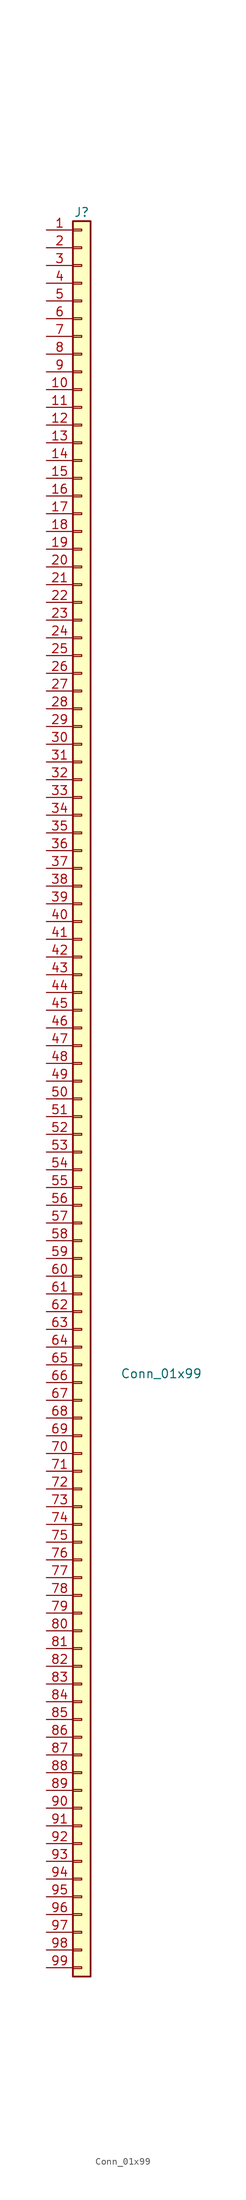
<source format=kicad_sym>
(kicad_symbol_lib
  (version 20211014)
  (generator kicad_symbol_editor)
  (symbol "Conn_01x99"
    (pin_names
      (offset 1.016) hide)
    (property "Reference" "J"
      (at 3.81 80.01 0)
      (effects (font (size 1.27 1.27))))
    (property "Value" "Conn_01x99"
      (at 15.24 -86.36 0)
      (effects (font (size 1.27 1.27))))
    (symbol "Conn_01x99_1_1"
      (rectangle (start 2.54 -171.323) (end 3.81 -171.577) (stroke (width 0.152) (type default) (color 0 0 0 0)) (fill (type none)))
      (rectangle (start 2.54 -168.783) (end 3.81 -169.037) (stroke (width 0.152) (type default) (color 0 0 0 0)) (fill (type none)))
      (rectangle (start 2.54 -166.243) (end 3.81 -166.497) (stroke (width 0.152) (type default) (color 0 0 0 0)) (fill (type none)))
      (rectangle (start 2.54 -163.703) (end 3.81 -163.957) (stroke (width 0.152) (type default) (color 0 0 0 0)) (fill (type none)))
      (rectangle (start 2.54 -161.163) (end 3.81 -161.417) (stroke (width 0.152) (type default) (color 0 0 0 0)) (fill (type none)))
      (rectangle (start 2.54 -158.623) (end 3.81 -158.877) (stroke (width 0.152) (type default) (color 0 0 0 0)) (fill (type none)))
      (rectangle (start 2.54 -156.083) (end 3.81 -156.337) (stroke (width 0.152) (type default) (color 0 0 0 0)) (fill (type none)))
      (rectangle (start 2.54 -153.543) (end 3.81 -153.797) (stroke (width 0.152) (type default) (color 0 0 0 0)) (fill (type none)))
      (rectangle (start 2.54 -151.003) (end 3.81 -151.257) (stroke (width 0.152) (type default) (color 0 0 0 0)) (fill (type none)))
      (rectangle (start 2.54 -148.463) (end 3.81 -148.717) (stroke (width 0.152) (type default) (color 0 0 0 0)) (fill (type none)))
      (rectangle (start 2.54 -145.923) (end 3.81 -146.177) (stroke (width 0.152) (type default) (color 0 0 0 0)) (fill (type none)))
      (rectangle (start 2.54 -143.383) (end 3.81 -143.637) (stroke (width 0.152) (type default) (color 0 0 0 0)) (fill (type none)))
      (rectangle (start 2.54 -140.843) (end 3.81 -141.097) (stroke (width 0.152) (type default) (color 0 0 0 0)) (fill (type none)))
      (rectangle (start 2.54 -138.303) (end 3.81 -138.557) (stroke (width 0.152) (type default) (color 0 0 0 0)) (fill (type none)))
      (rectangle (start 2.54 -135.763) (end 3.81 -136.017) (stroke (width 0.152) (type default) (color 0 0 0 0)) (fill (type none)))
      (rectangle (start 2.54 -133.223) (end 3.81 -133.477) (stroke (width 0.152) (type default) (color 0 0 0 0)) (fill (type none)))
      (rectangle (start 2.54 -130.683) (end 3.81 -130.937) (stroke (width 0.152) (type default) (color 0 0 0 0)) (fill (type none)))
      (rectangle (start 2.54 -128.143) (end 3.81 -128.397) (stroke (width 0.152) (type default) (color 0 0 0 0)) (fill (type none)))
      (rectangle (start 2.54 -125.603) (end 3.81 -125.857) (stroke (width 0.152) (type default) (color 0 0 0 0)) (fill (type none)))
      (rectangle (start 2.54 -123.063) (end 3.81 -123.317) (stroke (width 0.152) (type default) (color 0 0 0 0)) (fill (type none)))
      (rectangle (start 2.54 -120.523) (end 3.81 -120.777) (stroke (width 0.152) (type default) (color 0 0 0 0)) (fill (type none)))
      (rectangle (start 2.54 -117.983) (end 3.81 -118.237) (stroke (width 0.152) (type default) (color 0 0 0 0)) (fill (type none)))
      (rectangle (start 2.54 -115.443) (end 3.81 -115.697) (stroke (width 0.152) (type default) (color 0 0 0 0)) (fill (type none)))
      (rectangle (start 2.54 -112.903) (end 3.81 -113.157) (stroke (width 0.152) (type default) (color 0 0 0 0)) (fill (type none)))
      (rectangle (start 2.54 -110.363) (end 3.81 -110.617) (stroke (width 0.152) (type default) (color 0 0 0 0)) (fill (type none)))
      (rectangle (start 2.54 -107.823) (end 3.81 -108.077) (stroke (width 0.152) (type default) (color 0 0 0 0)) (fill (type none)))
      (rectangle (start 2.54 -105.283) (end 3.81 -105.537) (stroke (width 0.152) (type default) (color 0 0 0 0)) (fill (type none)))
      (rectangle (start 2.54 -102.743) (end 3.81 -102.997) (stroke (width 0.152) (type default) (color 0 0 0 0)) (fill (type none)))
      (rectangle (start 2.54 -100.203) (end 3.81 -100.457) (stroke (width 0.152) (type default) (color 0 0 0 0)) (fill (type none)))
      (rectangle (start 2.54 -97.663) (end 3.81 -97.917) (stroke (width 0.152) (type default) (color 0 0 0 0)) (fill (type none)))
      (rectangle (start 2.54 -95.123) (end 3.81 -95.377) (stroke (width 0.152) (type default) (color 0 0 0 0)) (fill (type none)))
      (rectangle (start 2.54 -92.583) (end 3.81 -92.837) (stroke (width 0.152) (type default) (color 0 0 0 0)) (fill (type none)))
      (rectangle (start 2.54 -90.043) (end 3.81 -90.297) (stroke (width 0.152) (type default) (color 0 0 0 0)) (fill (type none)))
      (rectangle (start 2.54 -87.503) (end 3.81 -87.757) (stroke (width 0.152) (type default) (color 0 0 0 0)) (fill (type none)))
      (rectangle (start 2.54 -84.963) (end 3.81 -85.217) (stroke (width 0.152) (type default) (color 0 0 0 0)) (fill (type none)))
      (rectangle (start 2.54 -82.423) (end 3.81 -82.677) (stroke (width 0.152) (type default) (color 0 0 0 0)) (fill (type none)))
      (rectangle (start 2.54 -79.883) (end 3.81 -80.137) (stroke (width 0.152) (type default) (color 0 0 0 0)) (fill (type none)))
      (rectangle (start 2.54 -77.343) (end 3.81 -77.597) (stroke (width 0.152) (type default) (color 0 0 0 0)) (fill (type none)))
      (rectangle (start 2.54 -74.803) (end 3.81 -75.057) (stroke (width 0.152) (type default) (color 0 0 0 0)) (fill (type none)))
      (rectangle (start 2.54 -72.263) (end 3.81 -72.517) (stroke (width 0.152) (type default) (color 0 0 0 0)) (fill (type none)))
      (rectangle (start 2.54 -69.723) (end 3.81 -69.977) (stroke (width 0.152) (type default) (color 0 0 0 0)) (fill (type none)))
      (rectangle (start 2.54 -67.183) (end 3.81 -67.437) (stroke (width 0.152) (type default) (color 0 0 0 0)) (fill (type none)))
      (rectangle (start 2.54 -64.643) (end 3.81 -64.897) (stroke (width 0.152) (type default) (color 0 0 0 0)) (fill (type none)))
      (rectangle (start 2.54 -62.103) (end 3.81 -62.357) (stroke (width 0.152) (type default) (color 0 0 0 0)) (fill (type none)))
      (rectangle (start 2.54 -59.563) (end 3.81 -59.817) (stroke (width 0.152) (type default) (color 0 0 0 0)) (fill (type none)))
      (rectangle (start 2.54 -57.023) (end 3.81 -57.277) (stroke (width 0.152) (type default) (color 0 0 0 0)) (fill (type none)))
      (rectangle (start 2.54 -54.483) (end 3.81 -54.737) (stroke (width 0.152) (type default) (color 0 0 0 0)) (fill (type none)))
      (rectangle (start 2.54 -51.943) (end 3.81 -52.197) (stroke (width 0.152) (type default) (color 0 0 0 0)) (fill (type none)))
      (rectangle (start 2.54 -49.403) (end 3.81 -49.657) (stroke (width 0.152) (type default) (color 0 0 0 0)) (fill (type none)))
      (rectangle (start 2.54 -46.863) (end 3.81 -47.117) (stroke (width 0.152) (type default) (color 0 0 0 0)) (fill (type none)))
      (rectangle (start 2.54 -44.323) (end 3.81 -44.577) (stroke (width 0.152) (type default) (color 0 0 0 0)) (fill (type none)))
      (rectangle (start 2.54 -41.783) (end 3.81 -42.037) (stroke (width 0.152) (type default) (color 0 0 0 0)) (fill (type none)))
      (rectangle (start 2.54 -39.243) (end 3.81 -39.497) (stroke (width 0.152) (type default) (color 0 0 0 0)) (fill (type none)))
      (rectangle (start 2.54 -36.703) (end 3.81 -36.957) (stroke (width 0.152) (type default) (color 0 0 0 0)) (fill (type none)))
      (rectangle (start 2.54 -34.163) (end 3.81 -34.417) (stroke (width 0.152) (type default) (color 0 0 0 0)) (fill (type none)))
      (rectangle (start 2.54 -31.623) (end 3.81 -31.877) (stroke (width 0.152) (type default) (color 0 0 0 0)) (fill (type none)))
      (rectangle (start 2.54 -29.083) (end 3.81 -29.337) (stroke (width 0.152) (type default) (color 0 0 0 0)) (fill (type none)))
      (rectangle (start 2.54 -26.543) (end 3.81 -26.797) (stroke (width 0.152) (type default) (color 0 0 0 0)) (fill (type none)))
      (rectangle (start 2.54 -24.003) (end 3.81 -24.257) (stroke (width 0.152) (type default) (color 0 0 0 0)) (fill (type none)))
      (rectangle (start 2.54 -21.463) (end 3.81 -21.717) (stroke (width 0.152) (type default) (color 0 0 0 0)) (fill (type none)))
      (rectangle (start 2.54 -18.923) (end 3.81 -19.177) (stroke (width 0.152) (type default) (color 0 0 0 0)) (fill (type none)))
      (rectangle (start 2.54 -16.383) (end 3.81 -16.637) (stroke (width 0.152) (type default) (color 0 0 0 0)) (fill (type none)))
      (rectangle (start 2.54 -13.843) (end 3.81 -14.097) (stroke (width 0.152) (type default) (color 0 0 0 0)) (fill (type none)))
      (rectangle (start 2.54 -11.303) (end 3.81 -11.557) (stroke (width 0.152) (type default) (color 0 0 0 0)) (fill (type none)))
      (rectangle (start 2.54 -8.763) (end 3.81 -9.017) (stroke (width 0.152) (type default) (color 0 0 0 0)) (fill (type none)))
      (rectangle (start 2.54 -6.223) (end 3.81 -6.477) (stroke (width 0.152) (type default) (color 0 0 0 0)) (fill (type none)))
      (rectangle (start 2.54 -3.683) (end 3.81 -3.937) (stroke (width 0.152) (type default) (color 0 0 0 0)) (fill (type none)))
      (rectangle (start 2.54 -1.143) (end 3.81 -1.397) (stroke (width 0.152) (type default) (color 0 0 0 0)) (fill (type none)))
      (rectangle (start 2.54 1.397) (end 3.81 1.143) (stroke (width 0.152) (type default) (color 0 0 0 0)) (fill (type none)))
      (rectangle (start 2.54 3.937) (end 3.81 3.683) (stroke (width 0.152) (type default) (color 0 0 0 0)) (fill (type none)))
      (rectangle (start 2.54 6.477) (end 3.81 6.223) (stroke (width 0.152) (type default) (color 0 0 0 0)) (fill (type none)))
      (rectangle (start 2.54 9.017) (end 3.81 8.763) (stroke (width 0.152) (type default) (color 0 0 0 0)) (fill (type none)))
      (rectangle (start 2.54 11.557) (end 3.81 11.303) (stroke (width 0.152) (type default) (color 0 0 0 0)) (fill (type none)))
      (rectangle (start 2.54 14.097) (end 3.81 13.843) (stroke (width 0.152) (type default) (color 0 0 0 0)) (fill (type none)))
      (rectangle (start 2.54 16.637) (end 3.81 16.383) (stroke (width 0.152) (type default) (color 0 0 0 0)) (fill (type none)))
      (rectangle (start 2.54 19.177) (end 3.81 18.923) (stroke (width 0.152) (type default) (color 0 0 0 0)) (fill (type none)))
      (rectangle (start 2.54 21.717) (end 3.81 21.463) (stroke (width 0.152) (type default) (color 0 0 0 0)) (fill (type none)))
      (rectangle (start 2.54 24.257) (end 3.81 24.003) (stroke (width 0.152) (type default) (color 0 0 0 0)) (fill (type none)))
      (rectangle (start 2.54 26.797) (end 3.81 26.543) (stroke (width 0.152) (type default) (color 0 0 0 0)) (fill (type none)))
      (rectangle (start 2.54 29.337) (end 3.81 29.083) (stroke (width 0.152) (type default) (color 0 0 0 0)) (fill (type none)))
      (rectangle (start 2.54 31.877) (end 3.81 31.623) (stroke (width 0.152) (type default) (color 0 0 0 0)) (fill (type none)))
      (rectangle (start 2.54 34.417) (end 3.81 34.163) (stroke (width 0.152) (type default) (color 0 0 0 0)) (fill (type none)))
      (rectangle (start 2.54 36.957) (end 3.81 36.703) (stroke (width 0.152) (type default) (color 0 0 0 0)) (fill (type none)))
      (rectangle (start 2.54 39.497) (end 3.81 39.243) (stroke (width 0.152) (type default) (color 0 0 0 0)) (fill (type none)))
      (rectangle (start 2.54 42.037) (end 3.81 41.783) (stroke (width 0.152) (type default) (color 0 0 0 0)) (fill (type none)))
      (rectangle (start 2.54 44.577) (end 3.81 44.323) (stroke (width 0.152) (type default) (color 0 0 0 0)) (fill (type none)))
      (rectangle (start 2.54 47.117) (end 3.81 46.863) (stroke (width 0.152) (type default) (color 0 0 0 0)) (fill (type none)))
      (rectangle (start 2.54 49.657) (end 3.81 49.403) (stroke (width 0.152) (type default) (color 0 0 0 0)) (fill (type none)))
      (rectangle (start 2.54 52.197) (end 3.81 51.943) (stroke (width 0.152) (type default) (color 0 0 0 0)) (fill (type none)))
      (rectangle (start 2.54 54.737) (end 3.81 54.483) (stroke (width 0.152) (type default) (color 0 0 0 0)) (fill (type none)))
      (rectangle (start 2.54 57.277) (end 3.81 57.023) (stroke (width 0.152) (type default) (color 0 0 0 0)) (fill (type none)))
      (rectangle (start 2.54 59.817) (end 3.81 59.563) (stroke (width 0.152) (type default) (color 0 0 0 0)) (fill (type none)))
      (rectangle (start 2.54 62.357) (end 3.81 62.103) (stroke (width 0.152) (type default) (color 0 0 0 0)) (fill (type none)))
      (rectangle (start 2.54 64.897) (end 3.81 64.643) (stroke (width 0.152) (type default) (color 0 0 0 0)) (fill (type none)))
      (rectangle (start 2.54 67.437) (end 3.81 67.183) (stroke (width 0.152) (type default) (color 0 0 0 0)) (fill (type none)))
      (rectangle (start 2.54 69.977) (end 3.81 69.723) (stroke (width 0.152) (type default) (color 0 0 0 0)) (fill (type none)))
      (rectangle (start 2.54 72.517) (end 3.81 72.263) (stroke (width 0.152) (type default) (color 0 0 0 0)) (fill (type none)))
      (rectangle (start 2.54 75.057) (end 3.81 74.803) (stroke (width 0.152) (type default) (color 0 0 0 0)) (fill (type none)))
      (rectangle (start 2.54 77.597) (end 3.81 77.343) (stroke (width 0.152) (type default) (color 0 0 0 0)) (fill (type none)))
      (rectangle (start 2.54 78.74) (end 5.08 -172.72) (stroke (width 0.254) (type default) (color 0 0 0 0)) (fill (type background)))
      (pin passive line (at -1.27 77.47 0) (length 3.81) (name "Pin_1" (effects (font (size 1.27 1.27)))) (number "1" (effects (font (size 1.27 1.27)))))
      (pin passive line (at -1.27 54.61 0) (length 3.81) (name "Pin_10" (effects (font (size 1.27 1.27)))) (number "10" (effects (font (size 1.27 1.27)))))
      (pin passive line (at -1.27 52.07 0) (length 3.81) (name "Pin_11" (effects (font (size 1.27 1.27)))) (number "11" (effects (font (size 1.27 1.27)))))
      (pin passive line (at -1.27 49.53 0) (length 3.81) (name "Pin_12" (effects (font (size 1.27 1.27)))) (number "12" (effects (font (size 1.27 1.27)))))
      (pin passive line (at -1.27 46.99 0) (length 3.81) (name "Pin_13" (effects (font (size 1.27 1.27)))) (number "13" (effects (font (size 1.27 1.27)))))
      (pin passive line (at -1.27 44.45 0) (length 3.81) (name "Pin_14" (effects (font (size 1.27 1.27)))) (number "14" (effects (font (size 1.27 1.27)))))
      (pin passive line (at -1.27 41.91 0) (length 3.81) (name "Pin_15" (effects (font (size 1.27 1.27)))) (number "15" (effects (font (size 1.27 1.27)))))
      (pin passive line (at -1.27 39.37 0) (length 3.81) (name "Pin_16" (effects (font (size 1.27 1.27)))) (number "16" (effects (font (size 1.27 1.27)))))
      (pin passive line (at -1.27 36.83 0) (length 3.81) (name "Pin_17" (effects (font (size 1.27 1.27)))) (number "17" (effects (font (size 1.27 1.27)))))
      (pin passive line (at -1.27 34.29 0) (length 3.81) (name "Pin_18" (effects (font (size 1.27 1.27)))) (number "18" (effects (font (size 1.27 1.27)))))
      (pin passive line (at -1.27 31.75 0) (length 3.81) (name "Pin_19" (effects (font (size 1.27 1.27)))) (number "19" (effects (font (size 1.27 1.27)))))
      (pin passive line (at -1.27 74.93 0) (length 3.81) (name "Pin_2" (effects (font (size 1.27 1.27)))) (number "2" (effects (font (size 1.27 1.27)))))
      (pin passive line (at -1.27 29.21 0) (length 3.81) (name "Pin_20" (effects (font (size 1.27 1.27)))) (number "20" (effects (font (size 1.27 1.27)))))
      (pin passive line (at -1.27 26.67 0) (length 3.81) (name "Pin_21" (effects (font (size 1.27 1.27)))) (number "21" (effects (font (size 1.27 1.27)))))
      (pin passive line (at -1.27 24.13 0) (length 3.81) (name "Pin_22" (effects (font (size 1.27 1.27)))) (number "22" (effects (font (size 1.27 1.27)))))
      (pin passive line (at -1.27 21.59 0) (length 3.81) (name "Pin_23" (effects (font (size 1.27 1.27)))) (number "23" (effects (font (size 1.27 1.27)))))
      (pin passive line (at -1.27 19.05 0) (length 3.81) (name "Pin_24" (effects (font (size 1.27 1.27)))) (number "24" (effects (font (size 1.27 1.27)))))
      (pin passive line (at -1.27 16.51 0) (length 3.81) (name "Pin_25" (effects (font (size 1.27 1.27)))) (number "25" (effects (font (size 1.27 1.27)))))
      (pin passive line (at -1.27 13.97 0) (length 3.81) (name "Pin_26" (effects (font (size 1.27 1.27)))) (number "26" (effects (font (size 1.27 1.27)))))
      (pin passive line (at -1.27 11.43 0) (length 3.81) (name "Pin_27" (effects (font (size 1.27 1.27)))) (number "27" (effects (font (size 1.27 1.27)))))
      (pin passive line (at -1.27 8.89 0) (length 3.81) (name "Pin_28" (effects (font (size 1.27 1.27)))) (number "28" (effects (font (size 1.27 1.27)))))
      (pin passive line (at -1.27 6.35 0) (length 3.81) (name "Pin_29" (effects (font (size 1.27 1.27)))) (number "29" (effects (font (size 1.27 1.27)))))
      (pin passive line (at -1.27 72.39 0) (length 3.81) (name "Pin_3" (effects (font (size 1.27 1.27)))) (number "3" (effects (font (size 1.27 1.27)))))
      (pin passive line (at -1.27 3.81 0) (length 3.81) (name "Pin_30" (effects (font (size 1.27 1.27)))) (number "30" (effects (font (size 1.27 1.27)))))
      (pin passive line (at -1.27 1.27 0) (length 3.81) (name "Pin_31" (effects (font (size 1.27 1.27)))) (number "31" (effects (font (size 1.27 1.27)))))
      (pin passive line (at -1.27 -1.27 0) (length 3.81) (name "Pin_32" (effects (font (size 1.27 1.27)))) (number "32" (effects (font (size 1.27 1.27)))))
      (pin passive line (at -1.27 -3.81 0) (length 3.81) (name "Pin_33" (effects (font (size 1.27 1.27)))) (number "33" (effects (font (size 1.27 1.27)))))
      (pin passive line (at -1.27 -6.35 0) (length 3.81) (name "Pin_34" (effects (font (size 1.27 1.27)))) (number "34" (effects (font (size 1.27 1.27)))))
      (pin passive line (at -1.27 -8.89 0) (length 3.81) (name "Pin_35" (effects (font (size 1.27 1.27)))) (number "35" (effects (font (size 1.27 1.27)))))
      (pin passive line (at -1.27 -11.43 0) (length 3.81) (name "Pin_36" (effects (font (size 1.27 1.27)))) (number "36" (effects (font (size 1.27 1.27)))))
      (pin passive line (at -1.27 -13.97 0) (length 3.81) (name "Pin_37" (effects (font (size 1.27 1.27)))) (number "37" (effects (font (size 1.27 1.27)))))
      (pin passive line (at -1.27 -16.51 0) (length 3.81) (name "Pin_38" (effects (font (size 1.27 1.27)))) (number "38" (effects (font (size 1.27 1.27)))))
      (pin passive line (at -1.27 -19.05 0) (length 3.81) (name "Pin_39" (effects (font (size 1.27 1.27)))) (number "39" (effects (font (size 1.27 1.27)))))
      (pin passive line (at -1.27 69.85 0) (length 3.81) (name "Pin_4" (effects (font (size 1.27 1.27)))) (number "4" (effects (font (size 1.27 1.27)))))
      (pin passive line (at -1.27 -21.59 0) (length 3.81) (name "Pin_40" (effects (font (size 1.27 1.27)))) (number "40" (effects (font (size 1.27 1.27)))))
      (pin passive line (at -1.27 -24.13 0) (length 3.81) (name "~" (effects (font (size 1.27 1.27)))) (number "41" (effects (font (size 1.27 1.27)))))
      (pin passive line (at -1.27 -26.67 0) (length 3.81) (name "~" (effects (font (size 1.27 1.27)))) (number "42" (effects (font (size 1.27 1.27)))))
      (pin passive line (at -1.27 -29.21 0) (length 3.81) (name "~" (effects (font (size 1.27 1.27)))) (number "43" (effects (font (size 1.27 1.27)))))
      (pin passive line (at -1.27 -31.75 0) (length 3.81) (name "~" (effects (font (size 1.27 1.27)))) (number "44" (effects (font (size 1.27 1.27)))))
      (pin passive line (at -1.27 -34.29 0) (length 3.81) (name "~" (effects (font (size 1.27 1.27)))) (number "45" (effects (font (size 1.27 1.27)))))
      (pin passive line (at -1.27 -36.83 0) (length 3.81) (name "~" (effects (font (size 1.27 1.27)))) (number "46" (effects (font (size 1.27 1.27)))))
      (pin passive line (at -1.27 -39.37 0) (length 3.81) (name "~" (effects (font (size 1.27 1.27)))) (number "47" (effects (font (size 1.27 1.27)))))
      (pin passive line (at -1.27 -41.91 0) (length 3.81) (name "~" (effects (font (size 1.27 1.27)))) (number "48" (effects (font (size 1.27 1.27)))))
      (pin passive line (at -1.27 -44.45 0) (length 3.81) (name "~" (effects (font (size 1.27 1.27)))) (number "49" (effects (font (size 1.27 1.27)))))
      (pin passive line (at -1.27 67.31 0) (length 3.81) (name "Pin_5" (effects (font (size 1.27 1.27)))) (number "5" (effects (font (size 1.27 1.27)))))
      (pin passive line (at -1.27 -46.99 0) (length 3.81) (name "~" (effects (font (size 1.27 1.27)))) (number "50" (effects (font (size 1.27 1.27)))))
      (pin passive line (at -1.27 -49.53 0) (length 3.81) (name "~" (effects (font (size 1.27 1.27)))) (number "51" (effects (font (size 1.27 1.27)))))
      (pin passive line (at -1.27 -52.07 0) (length 3.81) (name "~" (effects (font (size 1.27 1.27)))) (number "52" (effects (font (size 1.27 1.27)))))
      (pin passive line (at -1.27 -54.61 0) (length 3.81) (name "~" (effects (font (size 1.27 1.27)))) (number "53" (effects (font (size 1.27 1.27)))))
      (pin passive line (at -1.27 -57.15 0) (length 3.81) (name "~" (effects (font (size 1.27 1.27)))) (number "54" (effects (font (size 1.27 1.27)))))
      (pin passive line (at -1.27 -59.69 0) (length 3.81) (name "~" (effects (font (size 1.27 1.27)))) (number "55" (effects (font (size 1.27 1.27)))))
      (pin passive line (at -1.27 -62.23 0) (length 3.81) (name "~" (effects (font (size 1.27 1.27)))) (number "56" (effects (font (size 1.27 1.27)))))
      (pin passive line (at -1.27 -64.77 0) (length 3.81) (name "~" (effects (font (size 1.27 1.27)))) (number "57" (effects (font (size 1.27 1.27)))))
      (pin passive line (at -1.27 -67.31 0) (length 3.81) (name "~" (effects (font (size 1.27 1.27)))) (number "58" (effects (font (size 1.27 1.27)))))
      (pin passive line (at -1.27 -69.85 0) (length 3.81) (name "~" (effects (font (size 1.27 1.27)))) (number "59" (effects (font (size 1.27 1.27)))))
      (pin passive line (at -1.27 64.77 0) (length 3.81) (name "Pin_6" (effects (font (size 1.27 1.27)))) (number "6" (effects (font (size 1.27 1.27)))))
      (pin passive line (at -1.27 -72.39 0) (length 3.81) (name "~" (effects (font (size 1.27 1.27)))) (number "60" (effects (font (size 1.27 1.27)))))
      (pin passive line (at -1.27 -74.93 0) (length 3.81) (name "~" (effects (font (size 1.27 1.27)))) (number "61" (effects (font (size 1.27 1.27)))))
      (pin passive line (at -1.27 -77.47 0) (length 3.81) (name "~" (effects (font (size 1.27 1.27)))) (number "62" (effects (font (size 1.27 1.27)))))
      (pin passive line (at -1.27 -80.01 0) (length 3.81) (name "~" (effects (font (size 1.27 1.27)))) (number "63" (effects (font (size 1.27 1.27)))))
      (pin passive line (at -1.27 -82.55 0) (length 3.81) (name "~" (effects (font (size 1.27 1.27)))) (number "64" (effects (font (size 1.27 1.27)))))
      (pin passive line (at -1.27 -85.09 0) (length 3.81) (name "~" (effects (font (size 1.27 1.27)))) (number "65" (effects (font (size 1.27 1.27)))))
      (pin passive line (at -1.27 -87.63 0) (length 3.81) (name "~" (effects (font (size 1.27 1.27)))) (number "66" (effects (font (size 1.27 1.27)))))
      (pin passive line (at -1.27 -90.17 0) (length 3.81) (name "~" (effects (font (size 1.27 1.27)))) (number "67" (effects (font (size 1.27 1.27)))))
      (pin passive line (at -1.27 -92.71 0) (length 3.81) (name "~" (effects (font (size 1.27 1.27)))) (number "68" (effects (font (size 1.27 1.27)))))
      (pin passive line (at -1.27 -95.25 0) (length 3.81) (name "~" (effects (font (size 1.27 1.27)))) (number "69" (effects (font (size 1.27 1.27)))))
      (pin passive line (at -1.27 62.23 0) (length 3.81) (name "Pin_7" (effects (font (size 1.27 1.27)))) (number "7" (effects (font (size 1.27 1.27)))))
      (pin passive line (at -1.27 -97.79 0) (length 3.81) (name "~" (effects (font (size 1.27 1.27)))) (number "70" (effects (font (size 1.27 1.27)))))
      (pin passive line (at -1.27 -100.33 0) (length 3.81) (name "~" (effects (font (size 1.27 1.27)))) (number "71" (effects (font (size 1.27 1.27)))))
      (pin passive line (at -1.27 -102.87 0) (length 3.81) (name "~" (effects (font (size 1.27 1.27)))) (number "72" (effects (font (size 1.27 1.27)))))
      (pin passive line (at -1.27 -105.41 0) (length 3.81) (name "~" (effects (font (size 1.27 1.27)))) (number "73" (effects (font (size 1.27 1.27)))))
      (pin passive line (at -1.27 -107.95 0) (length 3.81) (name "~" (effects (font (size 1.27 1.27)))) (number "74" (effects (font (size 1.27 1.27)))))
      (pin passive line (at -1.27 -110.49 0) (length 3.81) (name "~" (effects (font (size 1.27 1.27)))) (number "75" (effects (font (size 1.27 1.27)))))
      (pin passive line (at -1.27 -113.03 0) (length 3.81) (name "~" (effects (font (size 1.27 1.27)))) (number "76" (effects (font (size 1.27 1.27)))))
      (pin passive line (at -1.27 -115.57 0) (length 3.81) (name "~" (effects (font (size 1.27 1.27)))) (number "77" (effects (font (size 1.27 1.27)))))
      (pin passive line (at -1.27 -118.11 0) (length 3.81) (name "~" (effects (font (size 1.27 1.27)))) (number "78" (effects (font (size 1.27 1.27)))))
      (pin passive line (at -1.27 -120.65 0) (length 3.81) (name "~" (effects (font (size 1.27 1.27)))) (number "79" (effects (font (size 1.27 1.27)))))
      (pin passive line (at -1.27 59.69 0) (length 3.81) (name "Pin_8" (effects (font (size 1.27 1.27)))) (number "8" (effects (font (size 1.27 1.27)))))
      (pin passive line (at -1.27 -123.19 0) (length 3.81) (name "~" (effects (font (size 1.27 1.27)))) (number "80" (effects (font (size 1.27 1.27)))))
      (pin passive line (at -1.27 -125.73 0) (length 3.81) (name "~" (effects (font (size 1.27 1.27)))) (number "81" (effects (font (size 1.27 1.27)))))
      (pin passive line (at -1.27 -128.27 0) (length 3.81) (name "~" (effects (font (size 1.27 1.27)))) (number "82" (effects (font (size 1.27 1.27)))))
      (pin passive line (at -1.27 -130.81 0) (length 3.81) (name "~" (effects (font (size 1.27 1.27)))) (number "83" (effects (font (size 1.27 1.27)))))
      (pin passive line (at -1.27 -133.35 0) (length 3.81) (name "~" (effects (font (size 1.27 1.27)))) (number "84" (effects (font (size 1.27 1.27)))))
      (pin passive line (at -1.27 -135.89 0) (length 3.81) (name "~" (effects (font (size 1.27 1.27)))) (number "85" (effects (font (size 1.27 1.27)))))
      (pin passive line (at -1.27 -138.43 0) (length 3.81) (name "~" (effects (font (size 1.27 1.27)))) (number "86" (effects (font (size 1.27 1.27)))))
      (pin passive line (at -1.27 -140.97 0) (length 3.81) (name "~" (effects (font (size 1.27 1.27)))) (number "87" (effects (font (size 1.27 1.27)))))
      (pin passive line (at -1.27 -143.51 0) (length 3.81) (name "~" (effects (font (size 1.27 1.27)))) (number "88" (effects (font (size 1.27 1.27)))))
      (pin passive line (at -1.27 -146.05 0) (length 3.81) (name "~" (effects (font (size 1.27 1.27)))) (number "89" (effects (font (size 1.27 1.27)))))
      (pin passive line (at -1.27 57.15 0) (length 3.81) (name "Pin_9" (effects (font (size 1.27 1.27)))) (number "9" (effects (font (size 1.27 1.27)))))
      (pin passive line (at -1.27 -148.59 0) (length 3.81) (name "~" (effects (font (size 1.27 1.27)))) (number "90" (effects (font (size 1.27 1.27)))))
      (pin passive line (at -1.27 -151.13 0) (length 3.81) (name "~" (effects (font (size 1.27 1.27)))) (number "91" (effects (font (size 1.27 1.27)))))
      (pin passive line (at -1.27 -153.67 0) (length 3.81) (name "~" (effects (font (size 1.27 1.27)))) (number "92" (effects (font (size 1.27 1.27)))))
      (pin passive line (at -1.27 -156.21 0) (length 3.81) (name "~" (effects (font (size 1.27 1.27)))) (number "93" (effects (font (size 1.27 1.27)))))
      (pin passive line (at -1.27 -158.75 0) (length 3.81) (name "~" (effects (font (size 1.27 1.27)))) (number "94" (effects (font (size 1.27 1.27)))))
      (pin passive line (at -1.27 -161.29 0) (length 3.81) (name "~" (effects (font (size 1.27 1.27)))) (number "95" (effects (font (size 1.27 1.27)))))
      (pin passive line (at -1.27 -163.83 0) (length 3.81) (name "~" (effects (font (size 1.27 1.27)))) (number "96" (effects (font (size 1.27 1.27)))))
      (pin passive line (at -1.27 -166.37 0) (length 3.81) (name "~" (effects (font (size 1.27 1.27)))) (number "97" (effects (font (size 1.27 1.27)))))
      (pin passive line (at -1.27 -168.91 0) (length 3.81) (name "~" (effects (font (size 1.27 1.27)))) (number "98" (effects (font (size 1.27 1.27)))))
      (pin passive line (at -1.27 -171.45 0) (length 3.81) (name "~" (effects (font (size 1.27 1.27)))) (number "99" (effects (font (size 1.27 1.27))))))))
</source>
